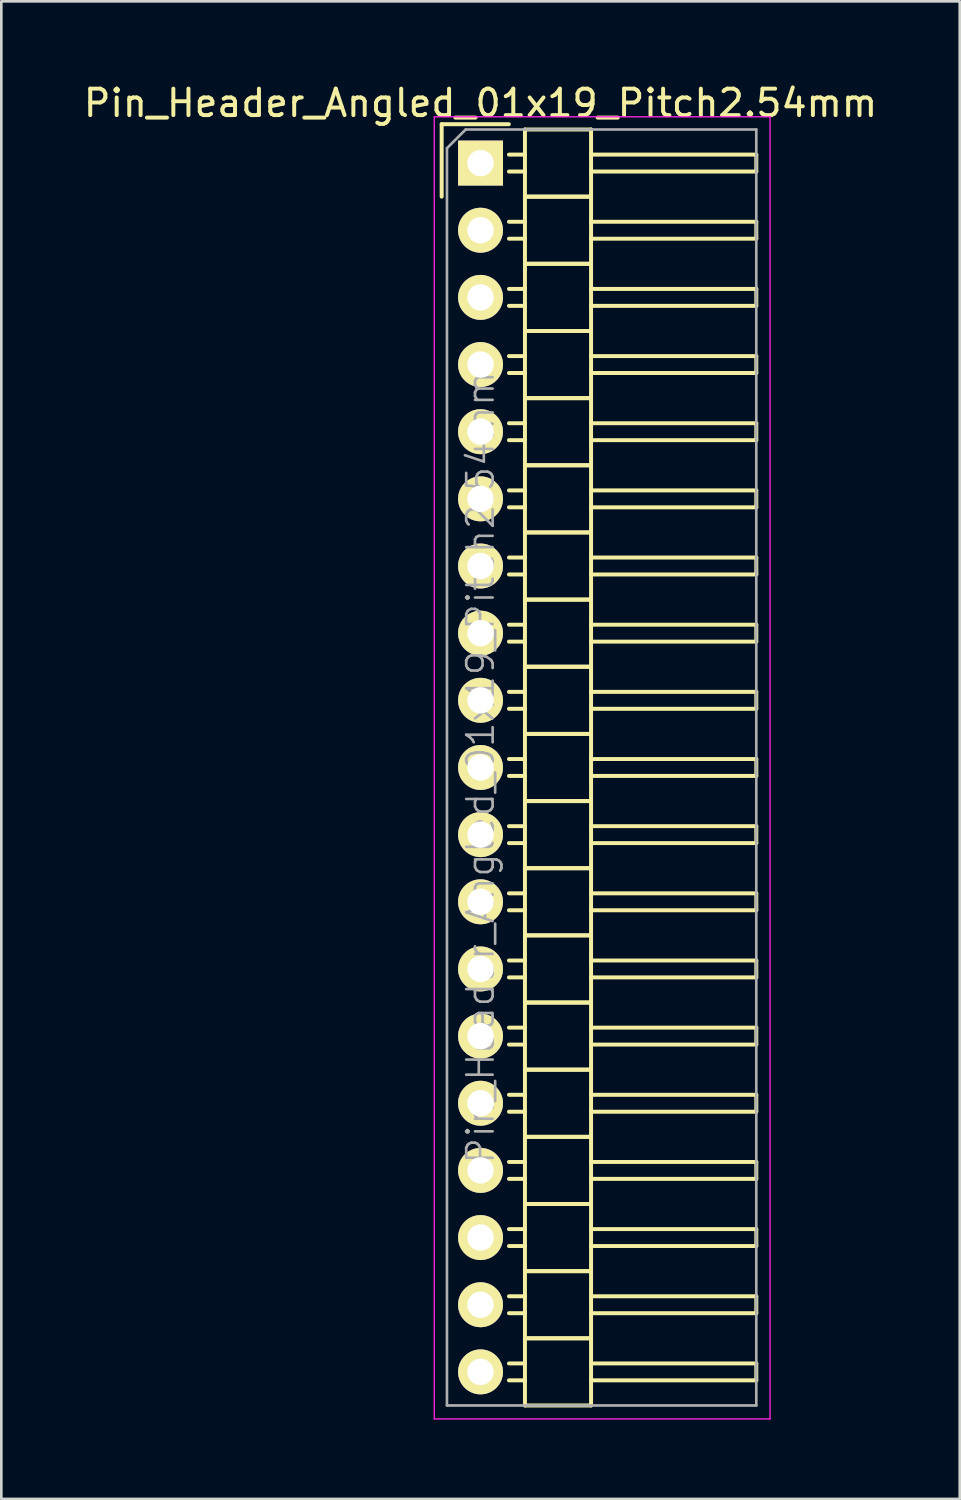
<source format=kicad_pcb>
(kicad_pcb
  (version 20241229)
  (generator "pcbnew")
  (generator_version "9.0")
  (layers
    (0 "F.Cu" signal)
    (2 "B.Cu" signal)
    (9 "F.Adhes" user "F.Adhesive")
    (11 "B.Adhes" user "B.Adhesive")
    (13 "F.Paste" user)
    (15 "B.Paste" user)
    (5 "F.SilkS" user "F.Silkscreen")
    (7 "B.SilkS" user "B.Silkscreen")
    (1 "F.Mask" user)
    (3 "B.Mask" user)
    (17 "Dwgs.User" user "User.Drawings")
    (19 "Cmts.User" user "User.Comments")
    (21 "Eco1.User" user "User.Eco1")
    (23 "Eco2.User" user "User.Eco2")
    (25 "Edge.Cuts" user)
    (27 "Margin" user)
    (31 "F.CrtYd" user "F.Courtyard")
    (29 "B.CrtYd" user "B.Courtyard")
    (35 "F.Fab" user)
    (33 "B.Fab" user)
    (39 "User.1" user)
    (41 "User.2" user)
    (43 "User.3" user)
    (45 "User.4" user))
  (footprint "Pin_Header_Angled_01x19_Pitch2.54mm"
    (layer "F.Cu")
    (at 15.125 3.118)
    (property "Reference" "Pin_Header_Angled_01x19_Pitch2.54mm" (at 0 -2.27 0) (layer "F.SilkS") (effects (font (size 1 1) (thickness 0.15))))
    (attr smd)
    (fp_line (start -1.47 -1.47) (end -1.47 1.27) (stroke (width 0.15) (type solid)) (layer "F.SilkS"))
    (fp_line (start -1.47 -1.47) (end 1.07 -1.47) (stroke (width 0.15) (type solid)) (layer "F.SilkS"))
    (fp_line (start 1.68 -0.32) (end 1.075 -0.32) (stroke (width 0.15) (type solid)) (layer "F.SilkS"))
    (fp_line (start 1.68 0.32) (end 1.075 0.32) (stroke (width 0.15) (type solid)) (layer "F.SilkS"))
    (fp_line (start 1.68 1.27) (end 1.68 -1.27) (stroke (width 0.15) (type solid)) (layer "F.SilkS"))
    (fp_line (start 1.68 2.22) (end 1.075 2.22) (stroke (width 0.15) (type solid)) (layer "F.SilkS"))
    (fp_line (start 1.68 2.86) (end 1.075 2.86) (stroke (width 0.15) (type solid)) (layer "F.SilkS"))
    (fp_line (start 1.68 3.81) (end 1.68 1.27) (stroke (width 0.15) (type solid)) (layer "F.SilkS"))
    (fp_line (start 1.68 4.76) (end 1.075 4.76) (stroke (width 0.15) (type solid)) (layer "F.SilkS"))
    (fp_line (start 1.68 5.4) (end 1.075 5.4) (stroke (width 0.15) (type solid)) (layer "F.SilkS"))
    (fp_line (start 1.68 6.35) (end 1.68 3.81) (stroke (width 0.15) (type solid)) (layer "F.SilkS"))
    (fp_line (start 1.68 7.3) (end 1.075 7.3) (stroke (width 0.15) (type solid)) (layer "F.SilkS"))
    (fp_line (start 1.68 7.94) (end 1.075 7.94) (stroke (width 0.15) (type solid)) (layer "F.SilkS"))
    (fp_line (start 1.68 8.89) (end 1.68 6.35) (stroke (width 0.15) (type solid)) (layer "F.SilkS"))
    (fp_line (start 1.68 9.84) (end 1.075 9.84) (stroke (width 0.15) (type solid)) (layer "F.SilkS"))
    (fp_line (start 1.68 10.48) (end 1.075 10.48) (stroke (width 0.15) (type solid)) (layer "F.SilkS"))
    (fp_line (start 1.68 11.43) (end 1.68 8.89) (stroke (width 0.15) (type solid)) (layer "F.SilkS"))
    (fp_line (start 1.68 12.38) (end 1.075 12.38) (stroke (width 0.15) (type solid)) (layer "F.SilkS"))
    (fp_line (start 1.68 13.02) (end 1.075 13.02) (stroke (width 0.15) (type solid)) (layer "F.SilkS"))
    (fp_line (start 1.68 13.97) (end 1.68 11.43) (stroke (width 0.15) (type solid)) (layer "F.SilkS"))
    (fp_line (start 1.68 14.92) (end 1.075 14.92) (stroke (width 0.15) (type solid)) (layer "F.SilkS"))
    (fp_line (start 1.68 15.56) (end 1.075 15.56) (stroke (width 0.15) (type solid)) (layer "F.SilkS"))
    (fp_line (start 1.68 16.51) (end 1.68 13.97) (stroke (width 0.15) (type solid)) (layer "F.SilkS"))
    (fp_line (start 1.68 17.46) (end 1.075 17.46) (stroke (width 0.15) (type solid)) (layer "F.SilkS"))
    (fp_line (start 1.68 18.1) (end 1.075 18.1) (stroke (width 0.15) (type solid)) (layer "F.SilkS"))
    (fp_line (start 1.68 19.05) (end 1.68 16.51) (stroke (width 0.15) (type solid)) (layer "F.SilkS"))
    (fp_line (start 1.68 20) (end 1.075 20) (stroke (width 0.15) (type solid)) (layer "F.SilkS"))
    (fp_line (start 1.68 20.64) (end 1.075 20.64) (stroke (width 0.15) (type solid)) (layer "F.SilkS"))
    (fp_line (start 1.68 21.59) (end 1.68 19.05) (stroke (width 0.15) (type solid)) (layer "F.SilkS"))
    (fp_line (start 1.68 22.54) (end 1.075 22.54) (stroke (width 0.15) (type solid)) (layer "F.SilkS"))
    (fp_line (start 1.68 23.18) (end 1.075 23.18) (stroke (width 0.15) (type solid)) (layer "F.SilkS"))
    (fp_line (start 1.68 24.13) (end 1.68 21.59) (stroke (width 0.15) (type solid)) (layer "F.SilkS"))
    (fp_line (start 1.68 25.08) (end 1.075 25.08) (stroke (width 0.15) (type solid)) (layer "F.SilkS"))
    (fp_line (start 1.68 25.72) (end 1.075 25.72) (stroke (width 0.15) (type solid)) (layer "F.SilkS"))
    (fp_line (start 1.68 26.67) (end 1.68 24.13) (stroke (width 0.15) (type solid)) (layer "F.SilkS"))
    (fp_line (start 1.68 27.62) (end 1.075 27.62) (stroke (width 0.15) (type solid)) (layer "F.SilkS"))
    (fp_line (start 1.68 28.26) (end 1.075 28.26) (stroke (width 0.15) (type solid)) (layer "F.SilkS"))
    (fp_line (start 1.68 29.21) (end 1.68 26.67) (stroke (width 0.15) (type solid)) (layer "F.SilkS"))
    (fp_line (start 1.68 30.16) (end 1.075 30.16) (stroke (width 0.15) (type solid)) (layer "F.SilkS"))
    (fp_line (start 1.68 30.8) (end 1.075 30.8) (stroke (width 0.15) (type solid)) (layer "F.SilkS"))
    (fp_line (start 1.68 31.75) (end 1.68 29.21) (stroke (width 0.15) (type solid)) (layer "F.SilkS"))
    (fp_line (start 1.68 32.7) (end 1.075 32.7) (stroke (width 0.15) (type solid)) (layer "F.SilkS"))
    (fp_line (start 1.68 33.34) (end 1.075 33.34) (stroke (width 0.15) (type solid)) (layer "F.SilkS"))
    (fp_line (start 1.68 34.29) (end 1.68 31.75) (stroke (width 0.15) (type solid)) (layer "F.SilkS"))
    (fp_line (start 1.68 35.24) (end 1.075 35.24) (stroke (width 0.15) (type solid)) (layer "F.SilkS"))
    (fp_line (start 1.68 35.88) (end 1.075 35.88) (stroke (width 0.15) (type solid)) (layer "F.SilkS"))
    (fp_line (start 1.68 36.83) (end 1.68 34.29) (stroke (width 0.15) (type solid)) (layer "F.SilkS"))
    (fp_line (start 1.68 37.78) (end 1.075 37.78) (stroke (width 0.15) (type solid)) (layer "F.SilkS"))
    (fp_line (start 1.68 38.42) (end 1.075 38.42) (stroke (width 0.15) (type solid)) (layer "F.SilkS"))
    (fp_line (start 1.68 39.37) (end 1.68 36.83) (stroke (width 0.15) (type solid)) (layer "F.SilkS"))
    (fp_line (start 1.68 40.32) (end 1.075 40.32) (stroke (width 0.15) (type solid)) (layer "F.SilkS"))
    (fp_line (start 1.68 40.96) (end 1.075 40.96) (stroke (width 0.15) (type solid)) (layer "F.SilkS"))
    (fp_line (start 1.68 41.91) (end 1.68 39.37) (stroke (width 0.15) (type solid)) (layer "F.SilkS"))
    (fp_line (start 1.68 42.86) (end 1.075 42.86) (stroke (width 0.15) (type solid)) (layer "F.SilkS"))
    (fp_line (start 1.68 43.5) (end 1.075 43.5) (stroke (width 0.15) (type solid)) (layer "F.SilkS"))
    (fp_line (start 1.68 44.45) (end 1.68 41.91) (stroke (width 0.15) (type solid)) (layer "F.SilkS"))
    (fp_line (start 1.68 45.4) (end 1.075 45.4) (stroke (width 0.15) (type solid)) (layer "F.SilkS"))
    (fp_line (start 1.68 46.04) (end 1.075 46.04) (stroke (width 0.15) (type solid)) (layer "F.SilkS"))
    (fp_line (start 1.68 46.99) (end 1.68 44.45) (stroke (width 0.15) (type solid)) (layer "F.SilkS"))
    (fp_line (start 4.18 -1.27) (end 1.68 -1.27) (stroke (width 0.15) (type solid)) (layer "F.SilkS"))
    (fp_line (start 4.18 -0.32) (end 10.43 -0.32) (stroke (width 0.15) (type solid)) (layer "F.SilkS"))
    (fp_line (start 4.18 0.32) (end 10.43 0.32) (stroke (width 0.15) (type solid)) (layer "F.SilkS"))
    (fp_line (start 4.18 1.27) (end 1.68 1.27) (stroke (width 0.15) (type solid)) (layer "F.SilkS"))
    (fp_line (start 4.18 1.27) (end 1.68 1.27) (stroke (width 0.15) (type solid)) (layer "F.SilkS"))
    (fp_line (start 4.18 1.27) (end 4.18 -1.27) (stroke (width 0.15) (type solid)) (layer "F.SilkS"))
    (fp_line (start 4.18 2.22) (end 10.43 2.22) (stroke (width 0.15) (type solid)) (layer "F.SilkS"))
    (fp_line (start 4.18 2.86) (end 10.43 2.86) (stroke (width 0.15) (type solid)) (layer "F.SilkS"))
    (fp_line (start 4.18 3.81) (end 1.68 3.81) (stroke (width 0.15) (type solid)) (layer "F.SilkS"))
    (fp_line (start 4.18 3.81) (end 1.68 3.81) (stroke (width 0.15) (type solid)) (layer "F.SilkS"))
    (fp_line (start 4.18 3.81) (end 4.18 1.27) (stroke (width 0.15) (type solid)) (layer "F.SilkS"))
    (fp_line (start 4.18 4.76) (end 10.43 4.76) (stroke (width 0.15) (type solid)) (layer "F.SilkS"))
    (fp_line (start 4.18 5.4) (end 10.43 5.4) (stroke (width 0.15) (type solid)) (layer "F.SilkS"))
    (fp_line (start 4.18 6.35) (end 1.68 6.35) (stroke (width 0.15) (type solid)) (layer "F.SilkS"))
    (fp_line (start 4.18 6.35) (end 1.68 6.35) (stroke (width 0.15) (type solid)) (layer "F.SilkS"))
    (fp_line (start 4.18 6.35) (end 4.18 3.81) (stroke (width 0.15) (type solid)) (layer "F.SilkS"))
    (fp_line (start 4.18 7.3) (end 10.43 7.3) (stroke (width 0.15) (type solid)) (layer "F.SilkS"))
    (fp_line (start 4.18 7.94) (end 10.43 7.94) (stroke (width 0.15) (type solid)) (layer "F.SilkS"))
    (fp_line (start 4.18 8.89) (end 1.68 8.89) (stroke (width 0.15) (type solid)) (layer "F.SilkS"))
    (fp_line (start 4.18 8.89) (end 1.68 8.89) (stroke (width 0.15) (type solid)) (layer "F.SilkS"))
    (fp_line (start 4.18 8.89) (end 4.18 6.35) (stroke (width 0.15) (type solid)) (layer "F.SilkS"))
    (fp_line (start 4.18 9.84) (end 10.43 9.84) (stroke (width 0.15) (type solid)) (layer "F.SilkS"))
    (fp_line (start 4.18 10.48) (end 10.43 10.48) (stroke (width 0.15) (type solid)) (layer "F.SilkS"))
    (fp_line (start 4.18 11.43) (end 1.68 11.43) (stroke (width 0.15) (type solid)) (layer "F.SilkS"))
    (fp_line (start 4.18 11.43) (end 1.68 11.43) (stroke (width 0.15) (type solid)) (layer "F.SilkS"))
    (fp_line (start 4.18 11.43) (end 4.18 8.89) (stroke (width 0.15) (type solid)) (layer "F.SilkS"))
    (fp_line (start 4.18 12.38) (end 10.43 12.38) (stroke (width 0.15) (type solid)) (layer "F.SilkS"))
    (fp_line (start 4.18 13.02) (end 10.43 13.02) (stroke (width 0.15) (type solid)) (layer "F.SilkS"))
    (fp_line (start 4.18 13.97) (end 1.68 13.97) (stroke (width 0.15) (type solid)) (layer "F.SilkS"))
    (fp_line (start 4.18 13.97) (end 1.68 13.97) (stroke (width 0.15) (type solid)) (layer "F.SilkS"))
    (fp_line (start 4.18 13.97) (end 4.18 11.43) (stroke (width 0.15) (type solid)) (layer "F.SilkS"))
    (fp_line (start 4.18 14.92) (end 10.43 14.92) (stroke (width 0.15) (type solid)) (layer "F.SilkS"))
    (fp_line (start 4.18 15.56) (end 10.43 15.56) (stroke (width 0.15) (type solid)) (layer "F.SilkS"))
    (fp_line (start 4.18 16.51) (end 1.68 16.51) (stroke (width 0.15) (type solid)) (layer "F.SilkS"))
    (fp_line (start 4.18 16.51) (end 1.68 16.51) (stroke (width 0.15) (type solid)) (layer "F.SilkS"))
    (fp_line (start 4.18 16.51) (end 4.18 13.97) (stroke (width 0.15) (type solid)) (layer "F.SilkS"))
    (fp_line (start 4.18 17.46) (end 10.43 17.46) (stroke (width 0.15) (type solid)) (layer "F.SilkS"))
    (fp_line (start 4.18 18.1) (end 10.43 18.1) (stroke (width 0.15) (type solid)) (layer "F.SilkS"))
    (fp_line (start 4.18 19.05) (end 1.68 19.05) (stroke (width 0.15) (type solid)) (layer "F.SilkS"))
    (fp_line (start 4.18 19.05) (end 1.68 19.05) (stroke (width 0.15) (type solid)) (layer "F.SilkS"))
    (fp_line (start 4.18 19.05) (end 4.18 16.51) (stroke (width 0.15) (type solid)) (layer "F.SilkS"))
    (fp_line (start 4.18 20) (end 10.43 20) (stroke (width 0.15) (type solid)) (layer "F.SilkS"))
    (fp_line (start 4.18 20.64) (end 10.43 20.64) (stroke (width 0.15) (type solid)) (layer "F.SilkS"))
    (fp_line (start 4.18 21.59) (end 1.68 21.59) (stroke (width 0.15) (type solid)) (layer "F.SilkS"))
    (fp_line (start 4.18 21.59) (end 1.68 21.59) (stroke (width 0.15) (type solid)) (layer "F.SilkS"))
    (fp_line (start 4.18 21.59) (end 4.18 19.05) (stroke (width 0.15) (type solid)) (layer "F.SilkS"))
    (fp_line (start 4.18 22.54) (end 10.43 22.54) (stroke (width 0.15) (type solid)) (layer "F.SilkS"))
    (fp_line (start 4.18 23.18) (end 10.43 23.18) (stroke (width 0.15) (type solid)) (layer "F.SilkS"))
    (fp_line (start 4.18 24.13) (end 1.68 24.13) (stroke (width 0.15) (type solid)) (layer "F.SilkS"))
    (fp_line (start 4.18 24.13) (end 1.68 24.13) (stroke (width 0.15) (type solid)) (layer "F.SilkS"))
    (fp_line (start 4.18 24.13) (end 4.18 21.59) (stroke (width 0.15) (type solid)) (layer "F.SilkS"))
    (fp_line (start 4.18 25.08) (end 10.43 25.08) (stroke (width 0.15) (type solid)) (layer "F.SilkS"))
    (fp_line (start 4.18 25.72) (end 10.43 25.72) (stroke (width 0.15) (type solid)) (layer "F.SilkS"))
    (fp_line (start 4.18 26.67) (end 1.68 26.67) (stroke (width 0.15) (type solid)) (layer "F.SilkS"))
    (fp_line (start 4.18 26.67) (end 1.68 26.67) (stroke (width 0.15) (type solid)) (layer "F.SilkS"))
    (fp_line (start 4.18 26.67) (end 4.18 24.13) (stroke (width 0.15) (type solid)) (layer "F.SilkS"))
    (fp_line (start 4.18 27.62) (end 10.43 27.62) (stroke (width 0.15) (type solid)) (layer "F.SilkS"))
    (fp_line (start 4.18 28.26) (end 10.43 28.26) (stroke (width 0.15) (type solid)) (layer "F.SilkS"))
    (fp_line (start 4.18 29.21) (end 1.68 29.21) (stroke (width 0.15) (type solid)) (layer "F.SilkS"))
    (fp_line (start 4.18 29.21) (end 1.68 29.21) (stroke (width 0.15) (type solid)) (layer "F.SilkS"))
    (fp_line (start 4.18 29.21) (end 4.18 26.67) (stroke (width 0.15) (type solid)) (layer "F.SilkS"))
    (fp_line (start 4.18 30.16) (end 10.43 30.16) (stroke (width 0.15) (type solid)) (layer "F.SilkS"))
    (fp_line (start 4.18 30.8) (end 10.43 30.8) (stroke (width 0.15) (type solid)) (layer "F.SilkS"))
    (fp_line (start 4.18 31.75) (end 1.68 31.75) (stroke (width 0.15) (type solid)) (layer "F.SilkS"))
    (fp_line (start 4.18 31.75) (end 1.68 31.75) (stroke (width 0.15) (type solid)) (layer "F.SilkS"))
    (fp_line (start 4.18 31.75) (end 4.18 29.21) (stroke (width 0.15) (type solid)) (layer "F.SilkS"))
    (fp_line (start 4.18 32.7) (end 10.43 32.7) (stroke (width 0.15) (type solid)) (layer "F.SilkS"))
    (fp_line (start 4.18 33.34) (end 10.43 33.34) (stroke (width 0.15) (type solid)) (layer "F.SilkS"))
    (fp_line (start 4.18 34.29) (end 1.68 34.29) (stroke (width 0.15) (type solid)) (layer "F.SilkS"))
    (fp_line (start 4.18 34.29) (end 1.68 34.29) (stroke (width 0.15) (type solid)) (layer "F.SilkS"))
    (fp_line (start 4.18 34.29) (end 4.18 31.75) (stroke (width 0.15) (type solid)) (layer "F.SilkS"))
    (fp_line (start 4.18 35.24) (end 10.43 35.24) (stroke (width 0.15) (type solid)) (layer "F.SilkS"))
    (fp_line (start 4.18 35.88) (end 10.43 35.88) (stroke (width 0.15) (type solid)) (layer "F.SilkS"))
    (fp_line (start 4.18 36.83) (end 1.68 36.83) (stroke (width 0.15) (type solid)) (layer "F.SilkS"))
    (fp_line (start 4.18 36.83) (end 1.68 36.83) (stroke (width 0.15) (type solid)) (layer "F.SilkS"))
    (fp_line (start 4.18 36.83) (end 4.18 34.29) (stroke (width 0.15) (type solid)) (layer "F.SilkS"))
    (fp_line (start 4.18 37.78) (end 10.43 37.78) (stroke (width 0.15) (type solid)) (layer "F.SilkS"))
    (fp_line (start 4.18 38.42) (end 10.43 38.42) (stroke (width 0.15) (type solid)) (layer "F.SilkS"))
    (fp_line (start 4.18 39.37) (end 1.68 39.37) (stroke (width 0.15) (type solid)) (layer "F.SilkS"))
    (fp_line (start 4.18 39.37) (end 1.68 39.37) (stroke (width 0.15) (type solid)) (layer "F.SilkS"))
    (fp_line (start 4.18 39.37) (end 4.18 36.83) (stroke (width 0.15) (type solid)) (layer "F.SilkS"))
    (fp_line (start 4.18 40.32) (end 10.43 40.32) (stroke (width 0.15) (type solid)) (layer "F.SilkS"))
    (fp_line (start 4.18 40.96) (end 10.43 40.96) (stroke (width 0.15) (type solid)) (layer "F.SilkS"))
    (fp_line (start 4.18 41.91) (end 1.68 41.91) (stroke (width 0.15) (type solid)) (layer "F.SilkS"))
    (fp_line (start 4.18 41.91) (end 1.68 41.91) (stroke (width 0.15) (type solid)) (layer "F.SilkS"))
    (fp_line (start 4.18 41.91) (end 4.18 39.37) (stroke (width 0.15) (type solid)) (layer "F.SilkS"))
    (fp_line (start 4.18 42.86) (end 10.43 42.86) (stroke (width 0.15) (type solid)) (layer "F.SilkS"))
    (fp_line (start 4.18 43.5) (end 10.43 43.5) (stroke (width 0.15) (type solid)) (layer "F.SilkS"))
    (fp_line (start 4.18 44.45) (end 1.68 44.45) (stroke (width 0.15) (type solid)) (layer "F.SilkS"))
    (fp_line (start 4.18 44.45) (end 1.68 44.45) (stroke (width 0.15) (type solid)) (layer "F.SilkS"))
    (fp_line (start 4.18 44.45) (end 4.18 41.91) (stroke (width 0.15) (type solid)) (layer "F.SilkS"))
    (fp_line (start 4.18 45.4) (end 10.43 45.4) (stroke (width 0.15) (type solid)) (layer "F.SilkS"))
    (fp_line (start 4.18 46.04) (end 10.43 46.04) (stroke (width 0.15) (type solid)) (layer "F.SilkS"))
    (fp_line (start 4.18 46.99) (end 1.68 46.99) (stroke (width 0.15) (type solid)) (layer "F.SilkS"))
    (fp_line (start 4.18 46.99) (end 4.18 44.45) (stroke (width 0.15) (type solid)) (layer "F.SilkS"))
    (fp_line (start 10.43 0.32) (end 10.43 -0.32) (stroke (width 0.15) (type solid)) (layer "F.SilkS"))
    (fp_line (start 10.43 2.86) (end 10.43 2.22) (stroke (width 0.15) (type solid)) (layer "F.SilkS"))
    (fp_line (start 10.43 5.4) (end 10.43 4.76) (stroke (width 0.15) (type solid)) (layer "F.SilkS"))
    (fp_line (start 10.43 7.94) (end 10.43 7.3) (stroke (width 0.15) (type solid)) (layer "F.SilkS"))
    (fp_line (start 10.43 10.48) (end 10.43 9.84) (stroke (width 0.15) (type solid)) (layer "F.SilkS"))
    (fp_line (start 10.43 13.02) (end 10.43 12.38) (stroke (width 0.15) (type solid)) (layer "F.SilkS"))
    (fp_line (start 10.43 15.56) (end 10.43 14.92) (stroke (width 0.15) (type solid)) (layer "F.SilkS"))
    (fp_line (start 10.43 18.1) (end 10.43 17.46) (stroke (width 0.15) (type solid)) (layer "F.SilkS"))
    (fp_line (start 10.43 20.64) (end 10.43 20) (stroke (width 0.15) (type solid)) (layer "F.SilkS"))
    (fp_line (start 10.43 23.18) (end 10.43 22.54) (stroke (width 0.15) (type solid)) (layer "F.SilkS"))
    (fp_line (start 10.43 25.72) (end 10.43 25.08) (stroke (width 0.15) (type solid)) (layer "F.SilkS"))
    (fp_line (start 10.43 28.26) (end 10.43 27.62) (stroke (width 0.15) (type solid)) (layer "F.SilkS"))
    (fp_line (start 10.43 30.8) (end 10.43 30.16) (stroke (width 0.15) (type solid)) (layer "F.SilkS"))
    (fp_line (start 10.43 33.34) (end 10.43 32.7) (stroke (width 0.15) (type solid)) (layer "F.SilkS"))
    (fp_line (start 10.43 35.88) (end 10.43 35.24) (stroke (width 0.15) (type solid)) (layer "F.SilkS"))
    (fp_line (start 10.43 38.42) (end 10.43 37.78) (stroke (width 0.15) (type solid)) (layer "F.SilkS"))
    (fp_line (start 10.43 40.96) (end 10.43 40.32) (stroke (width 0.15) (type solid)) (layer "F.SilkS"))
    (fp_line (start 10.43 43.5) (end 10.43 42.86) (stroke (width 0.15) (type solid)) (layer "F.SilkS"))
    (fp_line (start 10.43 46.04) (end 10.43 45.4) (stroke (width 0.15) (type solid)) (layer "F.SilkS"))
    (fp_line (start -1.75 -1.75) (end -1.75 47.5) (stroke (width 0.05) (type solid)) (layer "F.CrtYd"))
    (fp_line (start 10.95 -1.75) (end -1.75 -1.75) (stroke (width 0.05) (type solid)) (layer "F.CrtYd"))
    (fp_line (start 10.95 -1.75) (end 10.95 47.5) (stroke (width 0.05) (type solid)) (layer "F.CrtYd"))
    (fp_line (start 10.95 47.5) (end -1.75 47.5) (stroke (width 0.05) (type solid)) (layer "F.CrtYd"))
    (fp_line (start -1.27 -0.563) (end -0.563 -1.27) (stroke (width 0.1) (type solid)) (layer "F.Fab"))
    (fp_line (start -1.27 46.99) (end -1.27 -0.563) (stroke (width 0.1) (type solid)) (layer "F.Fab"))
    (fp_line (start 10.43 -1.27) (end -0.563 -1.27) (stroke (width 0.1) (type solid)) (layer "F.Fab"))
    (fp_line (start 10.43 46.99) (end -1.27 46.99) (stroke (width 0.1) (type solid)) (layer "F.Fab"))
    (fp_line (start 10.43 46.99) (end 10.43 -1.27) (stroke (width 0.1) (type solid)) (layer "F.Fab"))
    (fp_text user "${REFERENCE}" (at 0 22.86 90) (layer "F.Fab") (effects (font (size 1 1) (thickness 0.1))))
    (pad "1" thru_hole rect (at 0 0) (size 1.7 1.7) (drill 1) (layers "*.Cu" "*.Mask" "F.SilkS"))
    (pad "2" thru_hole oval (at 0 2.54) (size 1.7 1.7) (drill 1) (layers "*.Cu" "*.Mask" "F.SilkS"))
    (pad "3" thru_hole oval (at 0 5.08) (size 1.7 1.7) (drill 1) (layers "*.Cu" "*.Mask" "F.SilkS"))
    (pad "4" thru_hole oval (at 0 7.62) (size 1.7 1.7) (drill 1) (layers "*.Cu" "*.Mask" "F.SilkS"))
    (pad "5" thru_hole oval (at 0 10.16) (size 1.7 1.7) (drill 1) (layers "*.Cu" "*.Mask" "F.SilkS"))
    (pad "6" thru_hole oval (at 0 12.7) (size 1.7 1.7) (drill 1) (layers "*.Cu" "*.Mask" "F.SilkS"))
    (pad "7" thru_hole oval (at 0 15.24) (size 1.7 1.7) (drill 1) (layers "*.Cu" "*.Mask" "F.SilkS"))
    (pad "8" thru_hole oval (at 0 17.78) (size 1.7 1.7) (drill 1) (layers "*.Cu" "*.Mask" "F.SilkS"))
    (pad "9" thru_hole oval (at 0 20.32) (size 1.7 1.7) (drill 1) (layers "*.Cu" "*.Mask" "F.SilkS"))
    (pad "10" thru_hole oval (at 0 22.86) (size 1.7 1.7) (drill 1) (layers "*.Cu" "*.Mask" "F.SilkS"))
    (pad "11" thru_hole oval (at 0 25.4) (size 1.7 1.7) (drill 1) (layers "*.Cu" "*.Mask" "F.SilkS"))
    (pad "12" thru_hole oval (at 0 27.94) (size 1.7 1.7) (drill 1) (layers "*.Cu" "*.Mask" "F.SilkS"))
    (pad "13" thru_hole oval (at 0 30.48) (size 1.7 1.7) (drill 1) (layers "*.Cu" "*.Mask" "F.SilkS"))
    (pad "14" thru_hole oval (at 0 33.02) (size 1.7 1.7) (drill 1) (layers "*.Cu" "*.Mask" "F.SilkS"))
    (pad "15" thru_hole oval (at 0 35.56) (size 1.7 1.7) (drill 1) (layers "*.Cu" "*.Mask" "F.SilkS"))
    (pad "16" thru_hole oval (at 0 38.1) (size 1.7 1.7) (drill 1) (layers "*.Cu" "*.Mask" "F.SilkS"))
    (pad "17" thru_hole oval (at 0 40.64) (size 1.7 1.7) (drill 1) (layers "*.Cu" "*.Mask" "F.SilkS"))
    (pad "18" thru_hole oval (at 0 43.18) (size 1.7 1.7) (drill 1) (layers "*.Cu" "*.Mask" "F.SilkS"))
    (pad "19" thru_hole oval (at 0 45.72) (size 1.7 1.7) (drill 1) (layers "*.Cu" "*.Mask" "F.SilkS")))
  (gr_rect
    (start -3 -3)
    (end 33.25 53.643)
    (stroke (width 0.1) (type default))
    (fill no)
    (layer "Edge.Cuts")))
</source>
